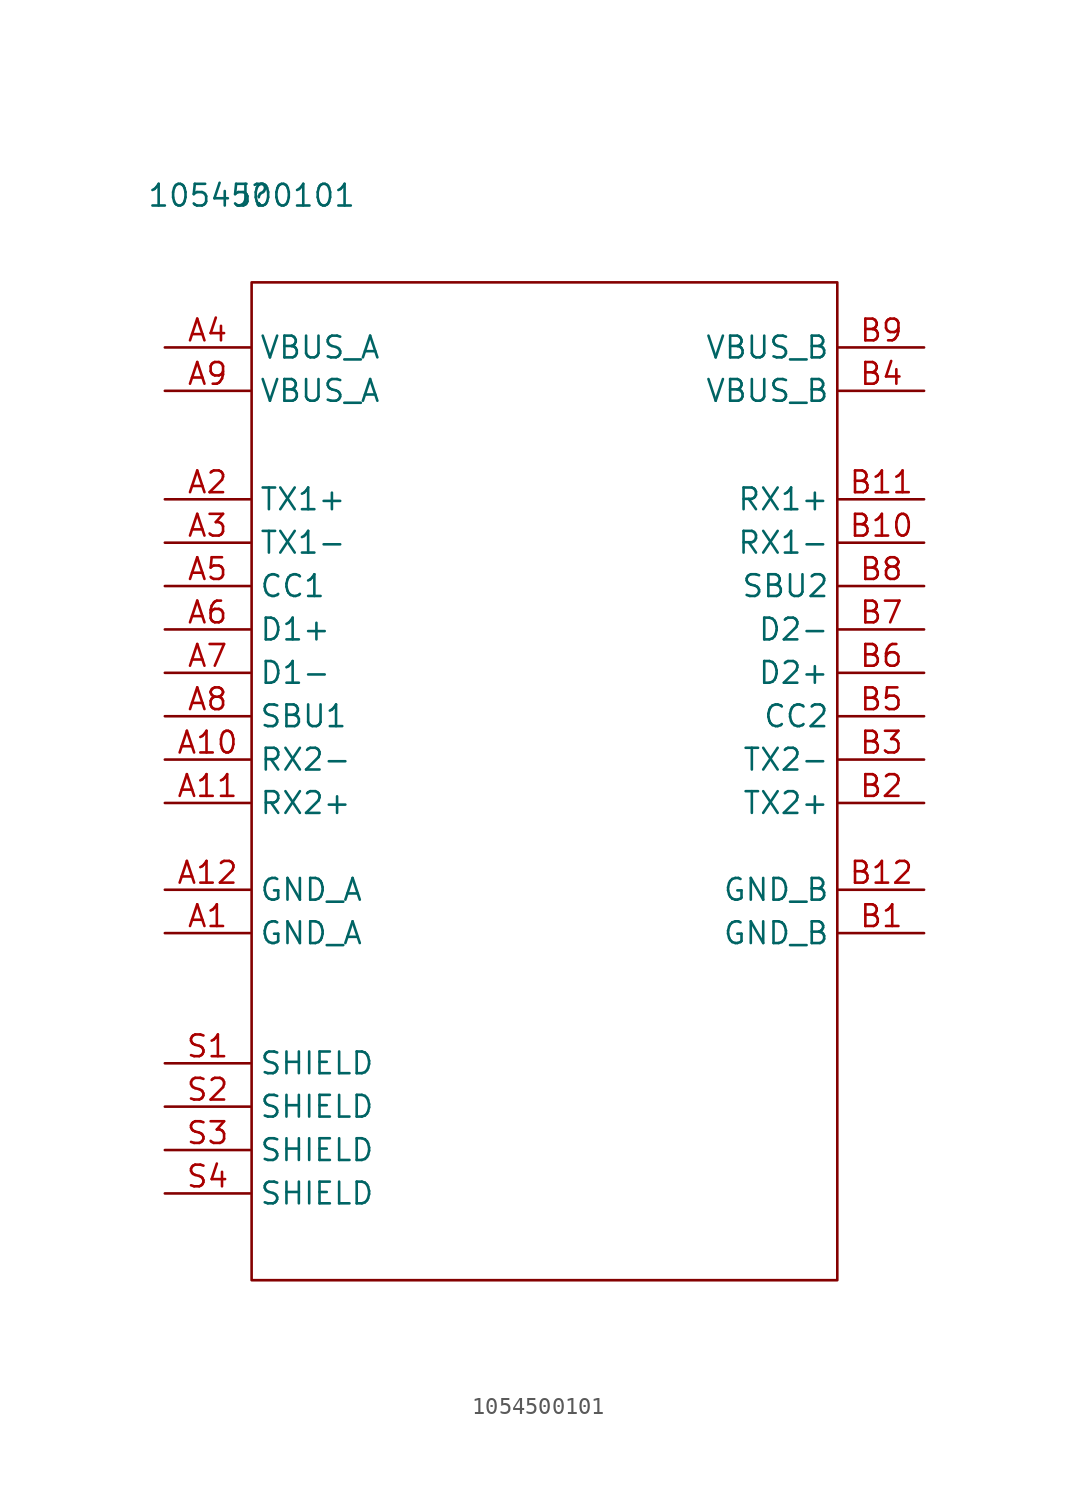
<source format=kicad_sym>
(kicad_symbol_lib
  (version 20211014)
  (generator kicad_symbol_editor)
  (symbol "1054500101"
    (property "Reference" "J"
      (at 0 0 0)
      (effects (font (size 1.27 1.27))))
    (property "Value" "1054500101"
      (at 0 0 0)
      (effects (font (size 1.27 1.27))))
    (symbol "1054500101_0_1"
      (rectangle (start 0 -5.08) (end 34.29 -63.5) (stroke (width 0) (type default) (color 0 0 0 0)) (fill (type none))))
    (symbol "1054500101_1_1"
      (pin input line (at -5.08 -43.18 0) (length 5) (name "GND_A" (effects (font (size 1.27 1.27)))) (number "A1" (effects (font (size 1.27 1.27)))))
      (pin input line (at -5.08 -33.02 0) (length 5) (name "RX2-" (effects (font (size 1.27 1.27)))) (number "A10" (effects (font (size 1.27 1.27)))))
      (pin input line (at -5.08 -35.56 0) (length 5) (name "RX2+" (effects (font (size 1.27 1.27)))) (number "A11" (effects (font (size 1.27 1.27)))))
      (pin input line (at -5.08 -40.64 0) (length 5) (name "GND_A" (effects (font (size 1.27 1.27)))) (number "A12" (effects (font (size 1.27 1.27)))))
      (pin input line (at -5.08 -17.78 0) (length 5) (name "TX1+" (effects (font (size 1.27 1.27)))) (number "A2" (effects (font (size 1.27 1.27)))))
      (pin input line (at -5.08 -20.32 0) (length 5) (name "TX1-" (effects (font (size 1.27 1.27)))) (number "A3" (effects (font (size 1.27 1.27)))))
      (pin input line (at -5.08 -8.89 0) (length 5) (name "VBUS_A" (effects (font (size 1.27 1.27)))) (number "A4" (effects (font (size 1.27 1.27)))))
      (pin input line (at -5.08 -22.86 0) (length 5) (name "CC1" (effects (font (size 1.27 1.27)))) (number "A5" (effects (font (size 1.27 1.27)))))
      (pin input line (at -5.08 -25.4 0) (length 5) (name "D1+" (effects (font (size 1.27 1.27)))) (number "A6" (effects (font (size 1.27 1.27)))))
      (pin input line (at -5.08 -27.94 0) (length 5) (name "D1-" (effects (font (size 1.27 1.27)))) (number "A7" (effects (font (size 1.27 1.27)))))
      (pin input line (at -5.08 -30.48 0) (length 5) (name "SBU1" (effects (font (size 1.27 1.27)))) (number "A8" (effects (font (size 1.27 1.27)))))
      (pin input line (at -5.08 -11.43 0) (length 5) (name "VBUS_A" (effects (font (size 1.27 1.27)))) (number "A9" (effects (font (size 1.27 1.27)))))
      (pin input line (at 39.37 -43.18 180) (length 5) (name "GND_B" (effects (font (size 1.27 1.27)))) (number "B1" (effects (font (size 1.27 1.27)))))
      (pin input line (at 39.37 -20.32 180) (length 5) (name "RX1-" (effects (font (size 1.27 1.27)))) (number "B10" (effects (font (size 1.27 1.27)))))
      (pin input line (at 39.37 -17.78 180) (length 5) (name "RX1+" (effects (font (size 1.27 1.27)))) (number "B11" (effects (font (size 1.27 1.27)))))
      (pin input line (at 39.37 -40.64 180) (length 5) (name "GND_B" (effects (font (size 1.27 1.27)))) (number "B12" (effects (font (size 1.27 1.27)))))
      (pin input line (at 39.37 -35.56 180) (length 5) (name "TX2+" (effects (font (size 1.27 1.27)))) (number "B2" (effects (font (size 1.27 1.27)))))
      (pin input line (at 39.37 -33.02 180) (length 5) (name "TX2-" (effects (font (size 1.27 1.27)))) (number "B3" (effects (font (size 1.27 1.27)))))
      (pin input line (at 39.37 -11.43 180) (length 5) (name "VBUS_B" (effects (font (size 1.27 1.27)))) (number "B4" (effects (font (size 1.27 1.27)))))
      (pin input line (at 39.37 -30.48 180) (length 5) (name "CC2" (effects (font (size 1.27 1.27)))) (number "B5" (effects (font (size 1.27 1.27)))))
      (pin input line (at 39.37 -27.94 180) (length 5) (name "D2+" (effects (font (size 1.27 1.27)))) (number "B6" (effects (font (size 1.27 1.27)))))
      (pin input line (at 39.37 -25.4 180) (length 5) (name "D2-" (effects (font (size 1.27 1.27)))) (number "B7" (effects (font (size 1.27 1.27)))))
      (pin input line (at 39.37 -22.86 180) (length 5) (name "SBU2" (effects (font (size 1.27 1.27)))) (number "B8" (effects (font (size 1.27 1.27)))))
      (pin input line (at 39.37 -8.89 180) (length 5) (name "VBUS_B" (effects (font (size 1.27 1.27)))) (number "B9" (effects (font (size 1.27 1.27)))))
      (pin input line (at -5.08 -50.8 0) (length 5) (name "SHIELD" (effects (font (size 1.27 1.27)))) (number "S1" (effects (font (size 1.27 1.27)))))
      (pin input line (at -5.08 -53.34 0) (length 5) (name "SHIELD" (effects (font (size 1.27 1.27)))) (number "S2" (effects (font (size 1.27 1.27)))))
      (pin input line (at -5.08 -55.88 0) (length 5) (name "SHIELD" (effects (font (size 1.27 1.27)))) (number "S3" (effects (font (size 1.27 1.27)))))
      (pin input line (at -5.08 -58.42 0) (length 5) (name "SHIELD" (effects (font (size 1.27 1.27)))) (number "S4" (effects (font (size 1.27 1.27))))))))
</source>
